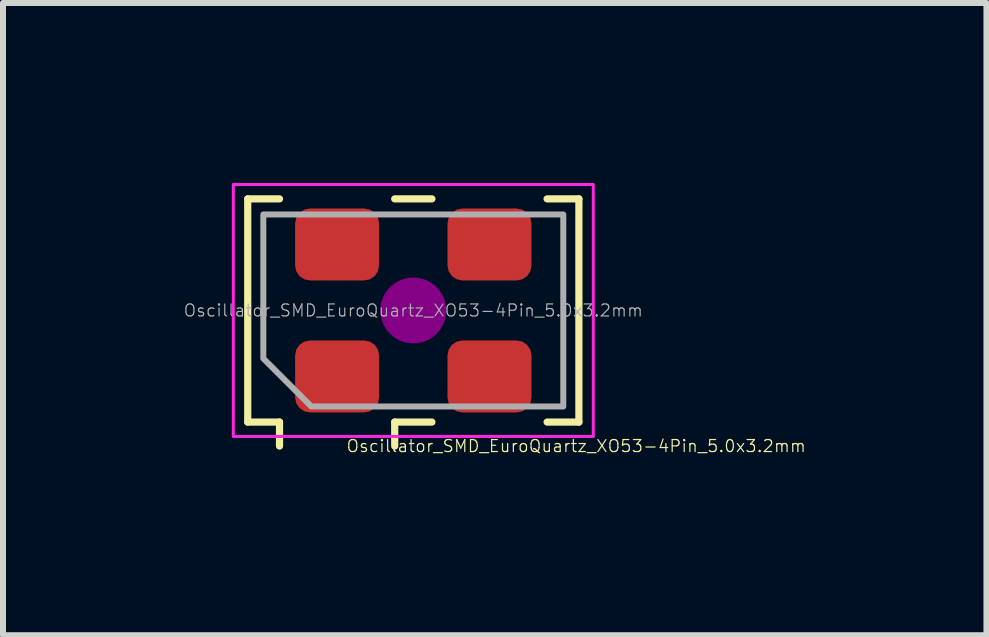
<source format=kicad_pcb>
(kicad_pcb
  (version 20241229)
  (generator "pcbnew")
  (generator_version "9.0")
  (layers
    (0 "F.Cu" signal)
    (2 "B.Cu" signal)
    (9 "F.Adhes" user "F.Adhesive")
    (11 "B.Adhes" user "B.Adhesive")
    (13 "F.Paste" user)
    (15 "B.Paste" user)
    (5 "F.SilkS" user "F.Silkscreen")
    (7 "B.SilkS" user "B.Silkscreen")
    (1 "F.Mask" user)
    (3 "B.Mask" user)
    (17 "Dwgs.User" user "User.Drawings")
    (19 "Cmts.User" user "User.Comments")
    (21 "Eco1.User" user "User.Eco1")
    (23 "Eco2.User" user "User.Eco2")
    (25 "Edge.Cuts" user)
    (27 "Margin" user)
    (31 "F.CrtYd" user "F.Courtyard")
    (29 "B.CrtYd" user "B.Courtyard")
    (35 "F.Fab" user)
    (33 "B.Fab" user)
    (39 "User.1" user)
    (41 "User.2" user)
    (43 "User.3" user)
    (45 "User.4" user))
  (footprint "Oscillator_SMD_EuroQuartz_XO53-4Pin_5.0x3.2mm"
    (layer "F.Cu")
    (at 3.839 2.125)
    (property "Reference" "Oscillator_SMD_EuroQuartz_XO53-4Pin_5.0x3.2mm" (at 2.715 2.26 180) (layer "F.SilkS") (effects (font (size 0.2 0.2) (thickness 0.02))))
    (attr smd)
    (fp_line (start -2.76 -1.86) (end -2.23 -1.86) (stroke (width 0.12) (type solid)) (layer "F.SilkS"))
    (fp_line (start -2.76 1.86) (end -2.76 -1.86) (stroke (width 0.12) (type solid)) (layer "F.SilkS"))
    (fp_line (start -2.23 1.86) (end -2.76 1.86) (stroke (width 0.12) (type solid)) (layer "F.SilkS"))
    (fp_line (start -2.23 2.26) (end -2.23 1.86) (stroke (width 0.12) (type solid)) (layer "F.SilkS"))
    (fp_line (start -0.31 -1.86) (end 0.31 -1.86) (stroke (width 0.12) (type solid)) (layer "F.SilkS"))
    (fp_line (start -0.31 1.86) (end -0.31 2.26) (stroke (width 0.12) (type solid)) (layer "F.SilkS"))
    (fp_line (start 0.31 1.86) (end -0.31 1.86) (stroke (width 0.12) (type solid)) (layer "F.SilkS"))
    (fp_line (start 2.23 -1.86) (end 2.76 -1.86) (stroke (width 0.12) (type solid)) (layer "F.SilkS"))
    (fp_line (start 2.76 -1.86) (end 2.76 1.86) (stroke (width 0.12) (type solid)) (layer "F.SilkS"))
    (fp_line (start 2.76 1.86) (end 2.23 1.86) (stroke (width 0.12) (type solid)) (layer "F.SilkS"))
    (fp_circle (center 0 0) (end 0.5 0) (stroke (width 0.1) (type solid)) (fill yes) (layer "F.Adhes"))
    (fp_rect (start -3 -2.1) (end 3 2.1) (stroke (width 0.05) (type solid)) (fill no) (layer "F.CrtYd"))
    (fp_poly (pts (xy -2.5 -1.6) (xy -2.5 0.8) (xy -1.7 1.6) (xy 2.5 1.6) (xy 2.5 -1.6)) (stroke (width 0.1) (type solid)) (fill no) (layer "F.Fab"))
    (fp_text user "${REFERENCE}" (at 0 0 180) (layer "F.Fab") (effects (font (size 0.2 0.2) (thickness 0.02))))
    (pad "1" smd roundrect (at -1.27 1.1) (size 1.4 1.2) (layers "F.Cu" "F.Mask" "F.Paste") (roundrect_rratio 0.208))
    (pad "2" smd roundrect (at 1.27 1.1) (size 1.4 1.2) (layers "F.Cu" "F.Mask" "F.Paste") (roundrect_rratio 0.208))
    (pad "3" smd roundrect (at 1.27 -1.1) (size 1.4 1.2) (layers "F.Cu" "F.Mask" "F.Paste") (roundrect_rratio 0.208))
    (pad "4" smd roundrect (at -1.27 -1.1) (size 1.4 1.2) (layers "F.Cu" "F.Mask" "F.Paste") (roundrect_rratio 0.208)))
  (gr_rect
    (start -3 -3)
    (end 13.392 7.537)
    (stroke (width 0.1) (type default))
    (fill no)
    (layer "Edge.Cuts")))
</source>
